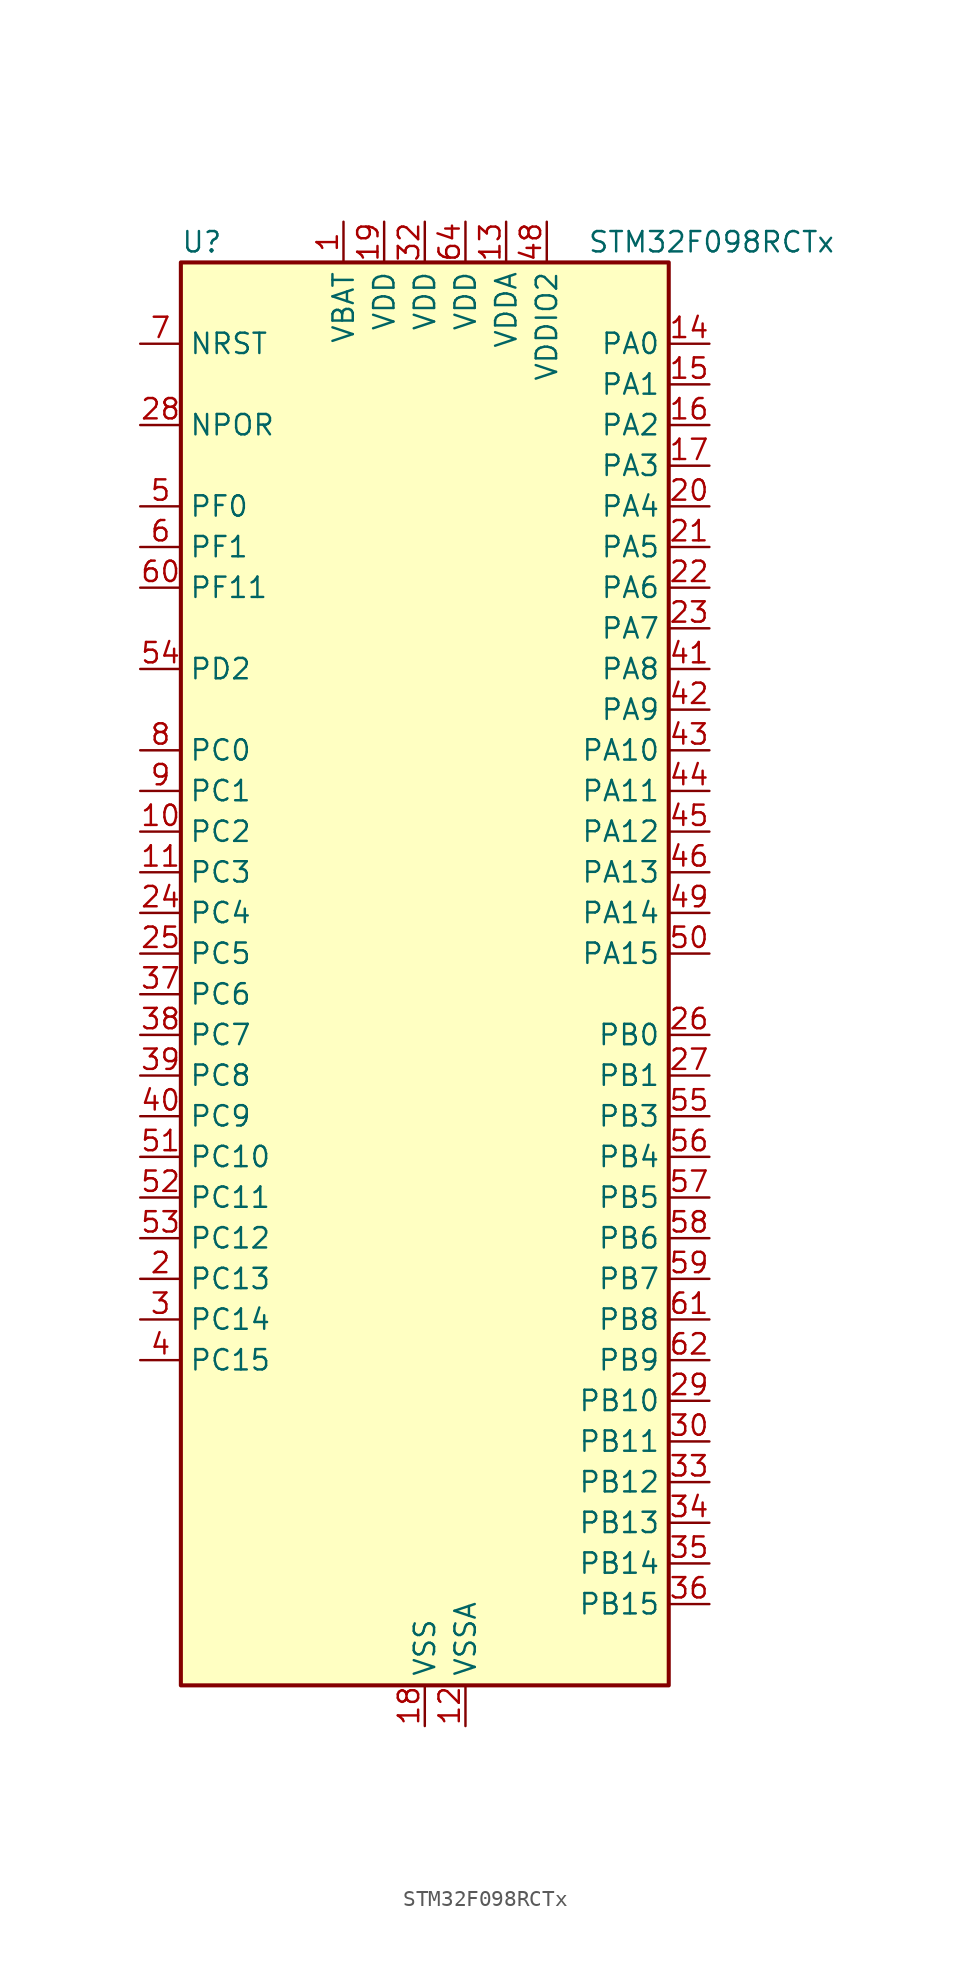
<source format=kicad_sym>
(kicad_symbol_lib
  (version 20241209)
  (generator "kicad_symbol_editor")
  (generator_version "9.0")
  (symbol "STM32F098RCTx"
    (property "Reference" "U"
      (at -15.24 46.99 0)
      (effects (font (size 1.27 1.27)) (justify left)))
    (property "Value" "STM32F098RCTx"
      (at 10.16 46.99 0)
      (effects (font (size 1.27 1.27)) (justify left)))
    (symbol "STM32F098RCTx_0_1"
      (rectangle (start -15.24 -43.18) (end 15.24 45.72) (stroke (width 0.254) (type default)) (fill (type background))))
    (symbol "STM32F098RCTx_1_1"
      (pin input line (at -17.78 40.64 0) (length 2.54) (name "NRST" (effects (font (size 1.27 1.27)))) (number "7" (effects (font (size 1.27 1.27)))))
      (pin input line (at -17.78 35.56 0) (length 2.54) (name "NPOR" (effects (font (size 1.27 1.27)))) (number "28" (effects (font (size 1.27 1.27)))))
      (pin bidirectional line (at -17.78 30.48 0) (length 2.54) (name "PF0" (effects (font (size 1.27 1.27)))) (number "5" (effects (font (size 1.27 1.27)))) (alternate "CRS_SYNC" bidirectional line) (alternate "I2C1_SDA" bidirectional line) (alternate "RCC_OSC_IN" bidirectional line))
      (pin bidirectional line (at -17.78 27.94 0) (length 2.54) (name "PF1" (effects (font (size 1.27 1.27)))) (number "6" (effects (font (size 1.27 1.27)))) (alternate "I2C1_SCL" bidirectional line) (alternate "RCC_OSC_OUT" bidirectional line))
      (pin bidirectional line (at -17.78 25.4 0) (length 2.54) (name "PF11" (effects (font (size 1.27 1.27)))) (number "60" (effects (font (size 1.27 1.27)))))
      (pin bidirectional line (at -17.78 20.32 0) (length 2.54) (name "PD2" (effects (font (size 1.27 1.27)))) (number "54" (effects (font (size 1.27 1.27)))) (alternate "TIM3_ETR" bidirectional line) (alternate "USART3_DE" bidirectional line) (alternate "USART3_RTS" bidirectional line) (alternate "USART5_RX" bidirectional line))
      (pin bidirectional line (at -17.78 15.24 0) (length 2.54) (name "PC0" (effects (font (size 1.27 1.27)))) (number "8" (effects (font (size 1.27 1.27)))) (alternate "ADC_IN10" bidirectional line) (alternate "USART6_TX" bidirectional line) (alternate "USART7_TX" bidirectional line))
      (pin bidirectional line (at -17.78 12.7 0) (length 2.54) (name "PC1" (effects (font (size 1.27 1.27)))) (number "9" (effects (font (size 1.27 1.27)))) (alternate "ADC_IN11" bidirectional line) (alternate "USART6_RX" bidirectional line) (alternate "USART7_RX" bidirectional line))
      (pin bidirectional line (at -17.78 10.16 0) (length 2.54) (name "PC2" (effects (font (size 1.27 1.27)))) (number "10" (effects (font (size 1.27 1.27)))) (alternate "ADC_IN12" bidirectional line) (alternate "I2S2_MCK" bidirectional line) (alternate "SPI2_MISO" bidirectional line) (alternate "USART8_TX" bidirectional line))
      (pin bidirectional line (at -17.78 7.62 0) (length 2.54) (name "PC3" (effects (font (size 1.27 1.27)))) (number "11" (effects (font (size 1.27 1.27)))) (alternate "ADC_IN13" bidirectional line) (alternate "I2S2_SD" bidirectional line) (alternate "SPI2_MOSI" bidirectional line) (alternate "USART8_RX" bidirectional line))
      (pin bidirectional line (at -17.78 5.08 0) (length 2.54) (name "PC4" (effects (font (size 1.27 1.27)))) (number "24" (effects (font (size 1.27 1.27)))) (alternate "ADC_IN14" bidirectional line) (alternate "USART3_TX" bidirectional line))
      (pin bidirectional line (at -17.78 2.54 0) (length 2.54) (name "PC5" (effects (font (size 1.27 1.27)))) (number "25" (effects (font (size 1.27 1.27)))) (alternate "ADC_IN15" bidirectional line) (alternate "SYS_WKUP5" bidirectional line) (alternate "TSC_G3_IO1" bidirectional line) (alternate "USART3_RX" bidirectional line))
      (pin bidirectional line (at -17.78 0 0) (length 2.54) (name "PC6" (effects (font (size 1.27 1.27)))) (number "37" (effects (font (size 1.27 1.27)))) (alternate "TIM3_CH1" bidirectional line) (alternate "USART7_TX" bidirectional line))
      (pin bidirectional line (at -17.78 -2.54 0) (length 2.54) (name "PC7" (effects (font (size 1.27 1.27)))) (number "38" (effects (font (size 1.27 1.27)))) (alternate "TIM3_CH2" bidirectional line) (alternate "USART7_RX" bidirectional line))
      (pin bidirectional line (at -17.78 -5.08 0) (length 2.54) (name "PC8" (effects (font (size 1.27 1.27)))) (number "39" (effects (font (size 1.27 1.27)))) (alternate "TIM3_CH3" bidirectional line) (alternate "USART8_TX" bidirectional line))
      (pin bidirectional line (at -17.78 -7.62 0) (length 2.54) (name "PC9" (effects (font (size 1.27 1.27)))) (number "40" (effects (font (size 1.27 1.27)))) (alternate "DAC_EXTI9" bidirectional line) (alternate "TIM3_CH4" bidirectional line) (alternate "USART8_RX" bidirectional line))
      (pin bidirectional line (at -17.78 -10.16 0) (length 2.54) (name "PC10" (effects (font (size 1.27 1.27)))) (number "51" (effects (font (size 1.27 1.27)))) (alternate "USART3_TX" bidirectional line) (alternate "USART4_TX" bidirectional line))
      (pin bidirectional line (at -17.78 -12.7 0) (length 2.54) (name "PC11" (effects (font (size 1.27 1.27)))) (number "52" (effects (font (size 1.27 1.27)))) (alternate "USART3_RX" bidirectional line) (alternate "USART4_RX" bidirectional line))
      (pin bidirectional line (at -17.78 -15.24 0) (length 2.54) (name "PC12" (effects (font (size 1.27 1.27)))) (number "53" (effects (font (size 1.27 1.27)))) (alternate "USART3_CK" bidirectional line) (alternate "USART4_CK" bidirectional line) (alternate "USART5_TX" bidirectional line))
      (pin bidirectional line (at -17.78 -17.78 0) (length 2.54) (name "PC13" (effects (font (size 1.27 1.27)))) (number "2" (effects (font (size 1.27 1.27)))) (alternate "RTC_OUT_ALARM" bidirectional line) (alternate "RTC_OUT_CALIB" bidirectional line) (alternate "RTC_TAMP1" bidirectional line) (alternate "RTC_TS" bidirectional line) (alternate "SYS_WKUP2" bidirectional line))
      (pin bidirectional line (at -17.78 -20.32 0) (length 2.54) (name "PC14" (effects (font (size 1.27 1.27)))) (number "3" (effects (font (size 1.27 1.27)))) (alternate "RCC_OSC32_IN" bidirectional line))
      (pin bidirectional line (at -17.78 -22.86 0) (length 2.54) (name "PC15" (effects (font (size 1.27 1.27)))) (number "4" (effects (font (size 1.27 1.27)))) (alternate "RCC_OSC32_OUT" bidirectional line))
      (pin power_in line (at -5.08 48.26 270) (length 2.54) (name "VBAT" (effects (font (size 1.27 1.27)))) (number "1" (effects (font (size 1.27 1.27)))))
      (pin power_in line (at -2.54 48.26 270) (length 2.54) (name "VDD" (effects (font (size 1.27 1.27)))) (number "19" (effects (font (size 1.27 1.27)))))
      (pin power_in line (at 0 48.26 270) (length 2.54) (name "VDD" (effects (font (size 1.27 1.27)))) (number "32" (effects (font (size 1.27 1.27)))))
      (pin power_in line (at 0 -45.72 90) (length 2.54) (name "VSS" (effects (font (size 1.27 1.27)))) (number "18" (effects (font (size 1.27 1.27)))))
      (pin passive line (at 0 -45.72 90) (length 2.54) (hide yes) (name "VSS" (effects (font (size 1.27 1.27)))) (number "31" (effects (font (size 1.27 1.27)))))
      (pin passive line (at 0 -45.72 90) (length 2.54) (hide yes) (name "VSS" (effects (font (size 1.27 1.27)))) (number "47" (effects (font (size 1.27 1.27)))))
      (pin passive line (at 0 -45.72 90) (length 2.54) (hide yes) (name "VSS" (effects (font (size 1.27 1.27)))) (number "63" (effects (font (size 1.27 1.27)))))
      (pin power_in line (at 2.54 48.26 270) (length 2.54) (name "VDD" (effects (font (size 1.27 1.27)))) (number "64" (effects (font (size 1.27 1.27)))))
      (pin power_in line (at 2.54 -45.72 90) (length 2.54) (name "VSSA" (effects (font (size 1.27 1.27)))) (number "12" (effects (font (size 1.27 1.27)))))
      (pin power_in line (at 5.08 48.26 270) (length 2.54) (name "VDDA" (effects (font (size 1.27 1.27)))) (number "13" (effects (font (size 1.27 1.27)))))
      (pin power_in line (at 7.62 48.26 270) (length 2.54) (name "VDDIO2" (effects (font (size 1.27 1.27)))) (number "48" (effects (font (size 1.27 1.27)))))
      (pin bidirectional line (at 17.78 40.64 180) (length 2.54) (name "PA0" (effects (font (size 1.27 1.27)))) (number "14" (effects (font (size 1.27 1.27)))) (alternate "ADC_IN0" bidirectional line) (alternate "COMP1_INM" bidirectional line) (alternate "COMP1_OUT" bidirectional line) (alternate "RTC_TAMP2" bidirectional line) (alternate "SYS_WKUP1" bidirectional line) (alternate "TIM2_CH1" bidirectional line) (alternate "TIM2_ETR" bidirectional line) (alternate "TSC_G1_IO1" bidirectional line) (alternate "USART2_CTS" bidirectional line) (alternate "USART4_TX" bidirectional line))
      (pin bidirectional line (at 17.78 38.1 180) (length 2.54) (name "PA1" (effects (font (size 1.27 1.27)))) (number "15" (effects (font (size 1.27 1.27)))) (alternate "ADC_IN1" bidirectional line) (alternate "COMP1_INP" bidirectional line) (alternate "TIM15_CH1N" bidirectional line) (alternate "TIM2_CH2" bidirectional line) (alternate "TSC_G1_IO2" bidirectional line) (alternate "USART2_DE" bidirectional line) (alternate "USART2_RTS" bidirectional line) (alternate "USART4_RX" bidirectional line))
      (pin bidirectional line (at 17.78 35.56 180) (length 2.54) (name "PA2" (effects (font (size 1.27 1.27)))) (number "16" (effects (font (size 1.27 1.27)))) (alternate "ADC_IN2" bidirectional line) (alternate "COMP2_INM" bidirectional line) (alternate "COMP2_OUT" bidirectional line) (alternate "SYS_WKUP4" bidirectional line) (alternate "TIM15_CH1" bidirectional line) (alternate "TIM2_CH3" bidirectional line) (alternate "TSC_G1_IO3" bidirectional line) (alternate "USART2_TX" bidirectional line))
      (pin bidirectional line (at 17.78 33.02 180) (length 2.54) (name "PA3" (effects (font (size 1.27 1.27)))) (number "17" (effects (font (size 1.27 1.27)))) (alternate "ADC_IN3" bidirectional line) (alternate "COMP2_INP" bidirectional line) (alternate "TIM15_CH2" bidirectional line) (alternate "TIM2_CH4" bidirectional line) (alternate "TSC_G1_IO4" bidirectional line) (alternate "USART2_RX" bidirectional line))
      (pin bidirectional line (at 17.78 30.48 180) (length 2.54) (name "PA4" (effects (font (size 1.27 1.27)))) (number "20" (effects (font (size 1.27 1.27)))) (alternate "ADC_IN4" bidirectional line) (alternate "COMP1_INM" bidirectional line) (alternate "COMP2_INM" bidirectional line) (alternate "DAC_OUT1" bidirectional line) (alternate "I2S1_WS" bidirectional line) (alternate "SPI1_NSS" bidirectional line) (alternate "TIM14_CH1" bidirectional line) (alternate "TSC_G2_IO1" bidirectional line) (alternate "USART2_CK" bidirectional line) (alternate "USART6_TX" bidirectional line))
      (pin bidirectional line (at 17.78 27.94 180) (length 2.54) (name "PA5" (effects (font (size 1.27 1.27)))) (number "21" (effects (font (size 1.27 1.27)))) (alternate "ADC_IN5" bidirectional line) (alternate "CEC" bidirectional line) (alternate "COMP1_INM" bidirectional line) (alternate "COMP2_INM" bidirectional line) (alternate "DAC_OUT2" bidirectional line) (alternate "I2S1_CK" bidirectional line) (alternate "SPI1_SCK" bidirectional line) (alternate "TIM2_CH1" bidirectional line) (alternate "TIM2_ETR" bidirectional line) (alternate "TSC_G2_IO2" bidirectional line) (alternate "USART6_RX" bidirectional line))
      (pin bidirectional line (at 17.78 25.4 180) (length 2.54) (name "PA6" (effects (font (size 1.27 1.27)))) (number "22" (effects (font (size 1.27 1.27)))) (alternate "ADC_IN6" bidirectional line) (alternate "COMP1_OUT" bidirectional line) (alternate "I2S1_MCK" bidirectional line) (alternate "SPI1_MISO" bidirectional line) (alternate "TIM16_CH1" bidirectional line) (alternate "TIM1_BKIN" bidirectional line) (alternate "TIM3_CH1" bidirectional line) (alternate "TSC_G2_IO3" bidirectional line) (alternate "USART3_CTS" bidirectional line))
      (pin bidirectional line (at 17.78 22.86 180) (length 2.54) (name "PA7" (effects (font (size 1.27 1.27)))) (number "23" (effects (font (size 1.27 1.27)))) (alternate "ADC_IN7" bidirectional line) (alternate "COMP2_OUT" bidirectional line) (alternate "I2S1_SD" bidirectional line) (alternate "SPI1_MOSI" bidirectional line) (alternate "TIM14_CH1" bidirectional line) (alternate "TIM17_CH1" bidirectional line) (alternate "TIM1_CH1N" bidirectional line) (alternate "TIM3_CH2" bidirectional line) (alternate "TSC_G2_IO4" bidirectional line))
      (pin bidirectional line (at 17.78 20.32 180) (length 2.54) (name "PA8" (effects (font (size 1.27 1.27)))) (number "41" (effects (font (size 1.27 1.27)))) (alternate "CRS_SYNC" bidirectional line) (alternate "RCC_MCO" bidirectional line) (alternate "TIM1_CH1" bidirectional line) (alternate "USART1_CK" bidirectional line))
      (pin bidirectional line (at 17.78 17.78 180) (length 2.54) (name "PA9" (effects (font (size 1.27 1.27)))) (number "42" (effects (font (size 1.27 1.27)))) (alternate "DAC_EXTI9" bidirectional line) (alternate "I2C1_SCL" bidirectional line) (alternate "RCC_MCO" bidirectional line) (alternate "TIM15_BKIN" bidirectional line) (alternate "TIM1_CH2" bidirectional line) (alternate "TSC_G4_IO1" bidirectional line) (alternate "USART1_TX" bidirectional line))
      (pin bidirectional line (at 17.78 15.24 180) (length 2.54) (name "PA10" (effects (font (size 1.27 1.27)))) (number "43" (effects (font (size 1.27 1.27)))) (alternate "I2C1_SDA" bidirectional line) (alternate "TIM17_BKIN" bidirectional line) (alternate "TIM1_CH3" bidirectional line) (alternate "TSC_G4_IO2" bidirectional line) (alternate "USART1_RX" bidirectional line))
      (pin bidirectional line (at 17.78 12.7 180) (length 2.54) (name "PA11" (effects (font (size 1.27 1.27)))) (number "44" (effects (font (size 1.27 1.27)))) (alternate "CAN_RX" bidirectional line) (alternate "COMP1_OUT" bidirectional line) (alternate "I2C2_SCL" bidirectional line) (alternate "TIM1_CH4" bidirectional line) (alternate "TSC_G4_IO3" bidirectional line) (alternate "USART1_CTS" bidirectional line))
      (pin bidirectional line (at 17.78 10.16 180) (length 2.54) (name "PA12" (effects (font (size 1.27 1.27)))) (number "45" (effects (font (size 1.27 1.27)))) (alternate "CAN_TX" bidirectional line) (alternate "COMP2_OUT" bidirectional line) (alternate "I2C2_SDA" bidirectional line) (alternate "TIM1_ETR" bidirectional line) (alternate "TSC_G4_IO4" bidirectional line) (alternate "USART1_DE" bidirectional line) (alternate "USART1_RTS" bidirectional line))
      (pin bidirectional line (at 17.78 7.62 180) (length 2.54) (name "PA13" (effects (font (size 1.27 1.27)))) (number "46" (effects (font (size 1.27 1.27)))) (alternate "IR_OUT" bidirectional line) (alternate "SYS_SWDIO" bidirectional line))
      (pin bidirectional line (at 17.78 5.08 180) (length 2.54) (name "PA14" (effects (font (size 1.27 1.27)))) (number "49" (effects (font (size 1.27 1.27)))) (alternate "SYS_SWCLK" bidirectional line) (alternate "USART2_TX" bidirectional line))
      (pin bidirectional line (at 17.78 2.54 180) (length 2.54) (name "PA15" (effects (font (size 1.27 1.27)))) (number "50" (effects (font (size 1.27 1.27)))) (alternate "I2S1_WS" bidirectional line) (alternate "SPI1_NSS" bidirectional line) (alternate "TIM2_CH1" bidirectional line) (alternate "TIM2_ETR" bidirectional line) (alternate "USART2_RX" bidirectional line) (alternate "USART4_DE" bidirectional line) (alternate "USART4_RTS" bidirectional line))
      (pin bidirectional line (at 17.78 -2.54 180) (length 2.54) (name "PB0" (effects (font (size 1.27 1.27)))) (number "26" (effects (font (size 1.27 1.27)))) (alternate "ADC_IN8" bidirectional line) (alternate "TIM1_CH2N" bidirectional line) (alternate "TIM3_CH3" bidirectional line) (alternate "TSC_G3_IO2" bidirectional line) (alternate "USART3_CK" bidirectional line))
      (pin bidirectional line (at 17.78 -5.08 180) (length 2.54) (name "PB1" (effects (font (size 1.27 1.27)))) (number "27" (effects (font (size 1.27 1.27)))) (alternate "ADC_IN9" bidirectional line) (alternate "TIM14_CH1" bidirectional line) (alternate "TIM1_CH3N" bidirectional line) (alternate "TIM3_CH4" bidirectional line) (alternate "TSC_G3_IO3" bidirectional line) (alternate "USART3_DE" bidirectional line) (alternate "USART3_RTS" bidirectional line))
      (pin bidirectional line (at 17.78 -7.62 180) (length 2.54) (name "PB3" (effects (font (size 1.27 1.27)))) (number "55" (effects (font (size 1.27 1.27)))) (alternate "I2S1_CK" bidirectional line) (alternate "SPI1_SCK" bidirectional line) (alternate "TIM2_CH2" bidirectional line) (alternate "TSC_G5_IO1" bidirectional line) (alternate "USART5_TX" bidirectional line))
      (pin bidirectional line (at 17.78 -10.16 180) (length 2.54) (name "PB4" (effects (font (size 1.27 1.27)))) (number "56" (effects (font (size 1.27 1.27)))) (alternate "I2S1_MCK" bidirectional line) (alternate "SPI1_MISO" bidirectional line) (alternate "TIM17_BKIN" bidirectional line) (alternate "TIM3_CH1" bidirectional line) (alternate "TSC_G5_IO2" bidirectional line) (alternate "USART5_RX" bidirectional line))
      (pin bidirectional line (at 17.78 -12.7 180) (length 2.54) (name "PB5" (effects (font (size 1.27 1.27)))) (number "57" (effects (font (size 1.27 1.27)))) (alternate "I2C1_SMBA" bidirectional line) (alternate "I2S1_SD" bidirectional line) (alternate "SPI1_MOSI" bidirectional line) (alternate "SYS_WKUP6" bidirectional line) (alternate "TIM16_BKIN" bidirectional line) (alternate "TIM3_CH2" bidirectional line) (alternate "USART5_CK" bidirectional line) (alternate "USART5_DE" bidirectional line) (alternate "USART5_RTS" bidirectional line))
      (pin bidirectional line (at 17.78 -15.24 180) (length 2.54) (name "PB6" (effects (font (size 1.27 1.27)))) (number "58" (effects (font (size 1.27 1.27)))) (alternate "I2C1_SCL" bidirectional line) (alternate "TIM16_CH1N" bidirectional line) (alternate "TSC_G5_IO3" bidirectional line) (alternate "USART1_TX" bidirectional line))
      (pin bidirectional line (at 17.78 -17.78 180) (length 2.54) (name "PB7" (effects (font (size 1.27 1.27)))) (number "59" (effects (font (size 1.27 1.27)))) (alternate "I2C1_SDA" bidirectional line) (alternate "TIM17_CH1N" bidirectional line) (alternate "TSC_G5_IO4" bidirectional line) (alternate "USART1_RX" bidirectional line) (alternate "USART4_CTS" bidirectional line))
      (pin bidirectional line (at 17.78 -20.32 180) (length 2.54) (name "PB8" (effects (font (size 1.27 1.27)))) (number "61" (effects (font (size 1.27 1.27)))) (alternate "CAN_RX" bidirectional line) (alternate "CEC" bidirectional line) (alternate "I2C1_SCL" bidirectional line) (alternate "TIM16_CH1" bidirectional line) (alternate "TSC_SYNC" bidirectional line))
      (pin bidirectional line (at 17.78 -22.86 180) (length 2.54) (name "PB9" (effects (font (size 1.27 1.27)))) (number "62" (effects (font (size 1.27 1.27)))) (alternate "CAN_TX" bidirectional line) (alternate "DAC_EXTI9" bidirectional line) (alternate "I2C1_SDA" bidirectional line) (alternate "I2S2_WS" bidirectional line) (alternate "IR_OUT" bidirectional line) (alternate "SPI2_NSS" bidirectional line) (alternate "TIM17_CH1" bidirectional line))
      (pin bidirectional line (at 17.78 -25.4 180) (length 2.54) (name "PB10" (effects (font (size 1.27 1.27)))) (number "29" (effects (font (size 1.27 1.27)))) (alternate "CEC" bidirectional line) (alternate "I2C2_SCL" bidirectional line) (alternate "I2S2_CK" bidirectional line) (alternate "SPI2_SCK" bidirectional line) (alternate "TIM2_CH3" bidirectional line) (alternate "TSC_SYNC" bidirectional line) (alternate "USART3_TX" bidirectional line))
      (pin bidirectional line (at 17.78 -27.94 180) (length 2.54) (name "PB11" (effects (font (size 1.27 1.27)))) (number "30" (effects (font (size 1.27 1.27)))) (alternate "I2C2_SDA" bidirectional line) (alternate "TIM2_CH4" bidirectional line) (alternate "TSC_G6_IO1" bidirectional line) (alternate "USART3_RX" bidirectional line))
      (pin bidirectional line (at 17.78 -30.48 180) (length 2.54) (name "PB12" (effects (font (size 1.27 1.27)))) (number "33" (effects (font (size 1.27 1.27)))) (alternate "I2S2_WS" bidirectional line) (alternate "SPI2_NSS" bidirectional line) (alternate "TIM15_BKIN" bidirectional line) (alternate "TIM1_BKIN" bidirectional line) (alternate "TSC_G6_IO2" bidirectional line) (alternate "USART3_CK" bidirectional line))
      (pin bidirectional line (at 17.78 -33.02 180) (length 2.54) (name "PB13" (effects (font (size 1.27 1.27)))) (number "34" (effects (font (size 1.27 1.27)))) (alternate "I2C2_SCL" bidirectional line) (alternate "I2S2_CK" bidirectional line) (alternate "SPI2_SCK" bidirectional line) (alternate "TIM1_CH1N" bidirectional line) (alternate "TSC_G6_IO3" bidirectional line) (alternate "USART3_CTS" bidirectional line))
      (pin bidirectional line (at 17.78 -35.56 180) (length 2.54) (name "PB14" (effects (font (size 1.27 1.27)))) (number "35" (effects (font (size 1.27 1.27)))) (alternate "I2C2_SDA" bidirectional line) (alternate "I2S2_MCK" bidirectional line) (alternate "SPI2_MISO" bidirectional line) (alternate "TIM15_CH1" bidirectional line) (alternate "TIM1_CH2N" bidirectional line) (alternate "TSC_G6_IO4" bidirectional line) (alternate "USART3_DE" bidirectional line) (alternate "USART3_RTS" bidirectional line))
      (pin bidirectional line (at 17.78 -38.1 180) (length 2.54) (name "PB15" (effects (font (size 1.27 1.27)))) (number "36" (effects (font (size 1.27 1.27)))) (alternate "I2S2_SD" bidirectional line) (alternate "RTC_REFIN" bidirectional line) (alternate "SPI2_MOSI" bidirectional line) (alternate "SYS_WKUP7" bidirectional line) (alternate "TIM15_CH1N" bidirectional line) (alternate "TIM15_CH2" bidirectional line) (alternate "TIM1_CH3N" bidirectional line)))))
</source>
